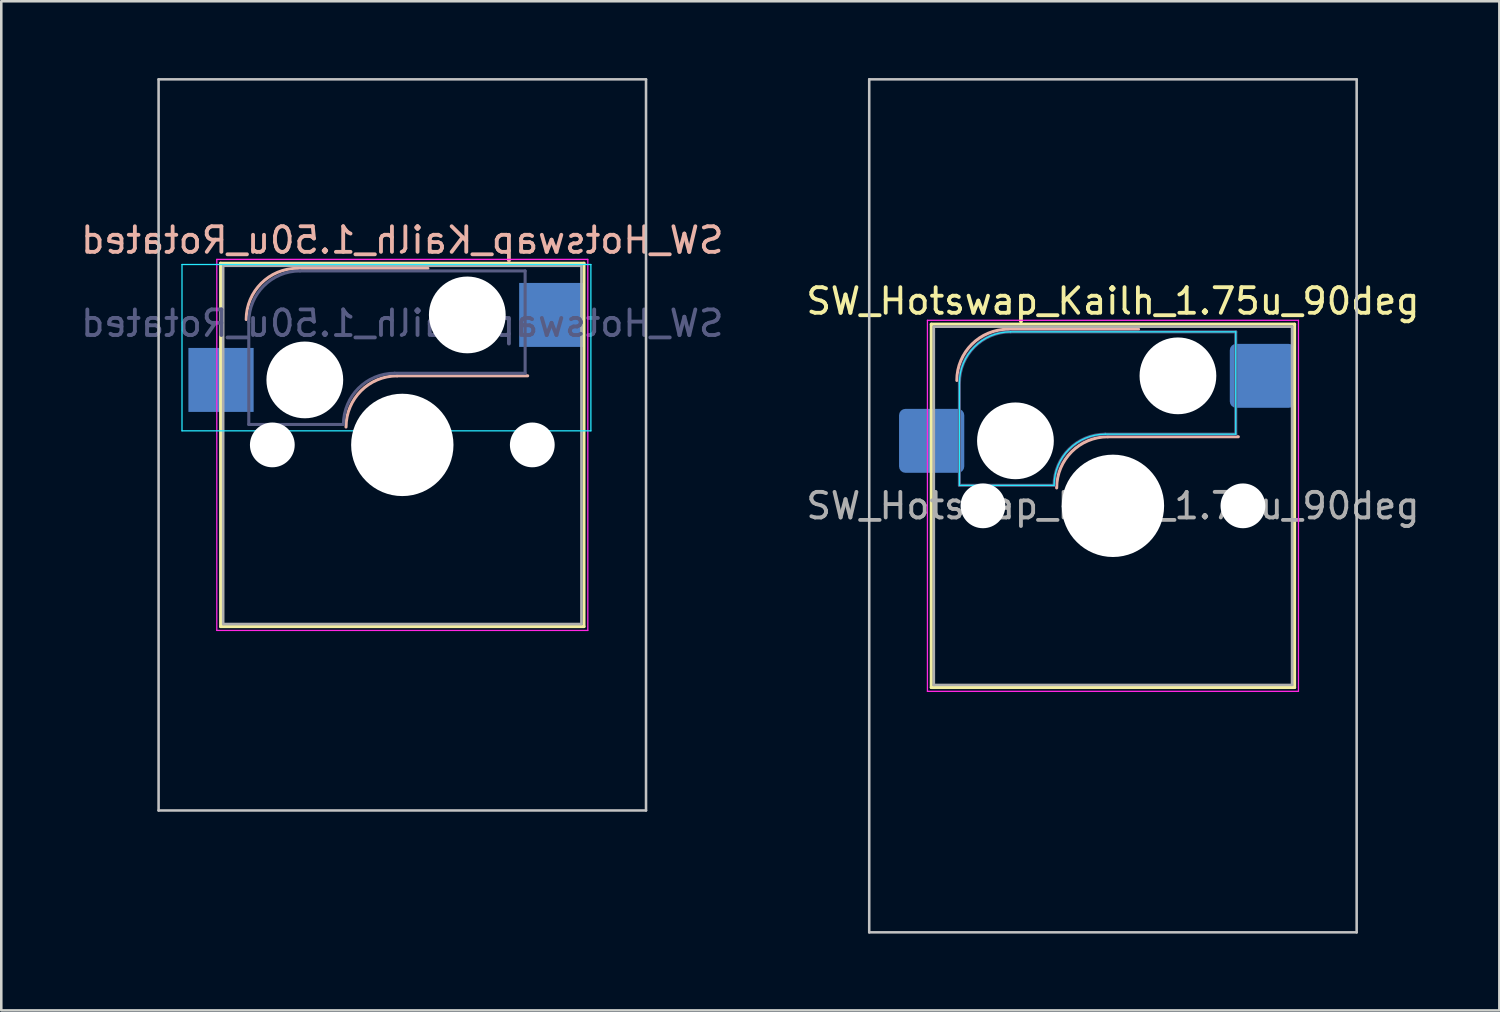
<source format=kicad_pcb>
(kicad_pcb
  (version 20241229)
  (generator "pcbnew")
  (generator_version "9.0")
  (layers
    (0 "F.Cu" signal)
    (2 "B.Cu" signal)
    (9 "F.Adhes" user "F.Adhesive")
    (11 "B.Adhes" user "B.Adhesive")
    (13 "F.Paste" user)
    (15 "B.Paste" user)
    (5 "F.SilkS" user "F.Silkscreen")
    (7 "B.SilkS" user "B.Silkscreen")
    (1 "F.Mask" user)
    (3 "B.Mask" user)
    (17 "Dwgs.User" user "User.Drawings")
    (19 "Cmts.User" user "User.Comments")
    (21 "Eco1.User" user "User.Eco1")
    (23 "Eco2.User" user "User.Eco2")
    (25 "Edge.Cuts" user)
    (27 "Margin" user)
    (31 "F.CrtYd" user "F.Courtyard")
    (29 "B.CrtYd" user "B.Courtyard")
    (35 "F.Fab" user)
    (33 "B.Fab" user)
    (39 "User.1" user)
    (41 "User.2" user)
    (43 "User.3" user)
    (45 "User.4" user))
  (footprint "SW_Hotswap_Kailh_1.50u_Rotated"
    (layer "F.Cu")
    (at 12.673 14.338)
    (property "Reference" "SW_Hotswap_Kailh_1.50u_Rotated" (at 0 -8 0) (layer "B.SilkS") (effects (font (size 1 1) (thickness 0.15)) (justify mirror)))
    (attr smd)
    (fp_line (start -7.1 -7.1) (end -7.1 7.1) (stroke (width 0.12) (type solid)) (layer "F.SilkS"))
    (fp_line (start -7.1 7.1) (end 7.1 7.1) (stroke (width 0.12) (type solid)) (layer "F.SilkS"))
    (fp_line (start 7.1 -7.1) (end -7.1 -7.1) (stroke (width 0.12) (type solid)) (layer "F.SilkS"))
    (fp_line (start 7.1 7.1) (end 7.1 -7.1) (stroke (width 0.12) (type solid)) (layer "F.SilkS"))
    (fp_line (start -4.1 -6.9) (end 1 -6.9) (stroke (width 0.12) (type solid)) (layer "B.SilkS"))
    (fp_line (start -0.2 -2.7) (end 4.9 -2.7) (stroke (width 0.12) (type solid)) (layer "B.SilkS"))
    (fp_arc (start -6.1 -4.9) (mid -5.514214 -6.314214) (end -4.1 -6.9) (stroke (width 0.12) (type solid)) (layer "B.SilkS"))
    (fp_arc (start -2.2 -0.7) (mid -1.614214 -2.114214) (end -0.2 -2.7) (stroke (width 0.12) (type solid)) (layer "B.SilkS"))
    (fp_line (start -9.525 -14.287) (end -9.525 14.287) (stroke (width 0.1) (type solid)) (layer "Dwgs.User"))
    (fp_line (start -9.525 14.287) (end 9.525 14.287) (stroke (width 0.1) (type solid)) (layer "Dwgs.User"))
    (fp_line (start 9.525 -14.287) (end -9.525 -14.287) (stroke (width 0.1) (type solid)) (layer "Dwgs.User"))
    (fp_line (start 9.525 14.287) (end 9.525 -14.287) (stroke (width 0.1) (type solid)) (layer "Dwgs.User"))
    (fp_line (start -8.61 -7.05) (end -8.61 -0.55) (stroke (width 0.05) (type solid)) (layer "B.CrtYd"))
    (fp_line (start -8.61 -0.55) (end 7.37 -0.55) (stroke (width 0.05) (type solid)) (layer "B.CrtYd"))
    (fp_line (start 7.37 -7.05) (end -8.61 -7.05) (stroke (width 0.05) (type solid)) (layer "B.CrtYd"))
    (fp_line (start 7.37 -0.55) (end 7.37 -7.05) (stroke (width 0.05) (type solid)) (layer "B.CrtYd"))
    (fp_line (start -7.25 -7.25) (end -7.25 7.25) (stroke (width 0.05) (type solid)) (layer "F.CrtYd"))
    (fp_line (start -7.25 7.25) (end 7.25 7.25) (stroke (width 0.05) (type solid)) (layer "F.CrtYd"))
    (fp_line (start 7.25 -7.25) (end -7.25 -7.25) (stroke (width 0.05) (type solid)) (layer "F.CrtYd"))
    (fp_line (start 7.25 7.25) (end 7.25 -7.25) (stroke (width 0.05) (type solid)) (layer "F.CrtYd"))
    (fp_line (start -6 -0.8) (end -6 -4.8) (stroke (width 0.12) (type solid)) (layer "B.Fab"))
    (fp_line (start -6 -0.8) (end -2.3 -0.8) (stroke (width 0.12) (type solid)) (layer "B.Fab"))
    (fp_line (start -4 -6.8) (end 4.8 -6.8) (stroke (width 0.12) (type solid)) (layer "B.Fab"))
    (fp_line (start -0.3 -2.8) (end 4.8 -2.8) (stroke (width 0.12) (type solid)) (layer "B.Fab"))
    (fp_line (start 4.8 -6.8) (end 4.8 -2.8) (stroke (width 0.12) (type solid)) (layer "B.Fab"))
    (fp_arc (start -6 -4.8) (mid -5.414214 -6.214214) (end -4 -6.8) (stroke (width 0.12) (type solid)) (layer "B.Fab"))
    (fp_arc (start -2.3 -0.8) (mid -1.714214 -2.214214) (end -0.3 -2.8) (stroke (width 0.12) (type solid)) (layer "B.Fab"))
    (fp_line (start -7 -7) (end -7 7) (stroke (width 0.1) (type solid)) (layer "F.Fab"))
    (fp_line (start -7 7) (end 7 7) (stroke (width 0.1) (type solid)) (layer "F.Fab"))
    (fp_line (start 7 -7) (end -7 -7) (stroke (width 0.1) (type solid)) (layer "F.Fab"))
    (fp_line (start 7 7) (end 7 -7) (stroke (width 0.1) (type solid)) (layer "F.Fab"))
    (fp_text user "${REFERENCE}" (at 0 -4.75 0) (layer "B.Fab") (effects (font (size 1 1) (thickness 0.15)) (justify mirror)))
    (pad "" np_thru_hole circle (at -5.08 0) (size 1.75 1.75) (drill 1.75) (layers "*.Cu" "*.Mask"))
    (pad "" np_thru_hole circle (at -3.81 -2.54) (size 3 3) (drill 3) (layers "*.Cu" "*.Mask"))
    (pad "" np_thru_hole circle (at 0 0) (size 4 4) (drill 4) (layers "*.Cu" "*.Mask"))
    (pad "" np_thru_hole circle (at 2.54 -5.08) (size 3 3) (drill 3) (layers "*.Cu" "*.Mask"))
    (pad "" np_thru_hole circle (at 5.08 0) (size 1.75 1.75) (drill 1.75) (layers "*.Cu" "*.Mask"))
    (pad "1" smd rect (at -7.085 -2.54) (size 2.55 2.5) (layers "B.Cu" "B.Mask" "B.Paste"))
    (pad "2" smd rect (at 5.842 -5.08) (size 2.55 2.5) (layers "B.Cu" "B.Mask" "B.Paste")))
  (footprint "SW_Hotswap_Kailh_1.75u_90deg"
    (layer "F.Cu")
    (at 40.446 16.719)
    (property "Reference" "SW_Hotswap_Kailh_1.75u_90deg" (at 0 -8 0) (layer "F.SilkS") (effects (font (size 1 1) (thickness 0.15))))
    (attr smd)
    (fp_line (start -7.1 -7.1) (end -7.1 7.1) (stroke (width 0.12) (type solid)) (layer "F.SilkS"))
    (fp_line (start -7.1 7.1) (end 7.1 7.1) (stroke (width 0.12) (type solid)) (layer "F.SilkS"))
    (fp_line (start 7.1 -7.1) (end -7.1 -7.1) (stroke (width 0.12) (type solid)) (layer "F.SilkS"))
    (fp_line (start 7.1 7.1) (end 7.1 -7.1) (stroke (width 0.12) (type solid)) (layer "F.SilkS"))
    (fp_line (start -4.1 -6.9) (end 1 -6.9) (stroke (width 0.12) (type solid)) (layer "B.SilkS"))
    (fp_line (start -0.2 -2.7) (end 4.9 -2.7) (stroke (width 0.12) (type solid)) (layer "B.SilkS"))
    (fp_arc (start -6.1 -4.9) (mid -5.514214 -6.314214) (end -4.1 -6.9) (stroke (width 0.12) (type solid)) (layer "B.SilkS"))
    (fp_arc (start -2.2 -0.7) (mid -1.614214 -2.114214) (end -0.2 -2.7) (stroke (width 0.12) (type solid)) (layer "B.SilkS"))
    (fp_line (start -9.525 -16.669) (end 9.525 -16.669) (stroke (width 0.1) (type solid)) (layer "Dwgs.User"))
    (fp_line (start -9.525 16.669) (end -9.525 -16.669) (stroke (width 0.1) (type solid)) (layer "Dwgs.User"))
    (fp_line (start 9.525 -16.669) (end 9.525 16.669) (stroke (width 0.1) (type solid)) (layer "Dwgs.User"))
    (fp_line (start 9.525 16.669) (end -9.525 16.669) (stroke (width 0.1) (type solid)) (layer "Dwgs.User"))
    (fp_line (start -7.8 -6) (end -7 -6) (stroke (width 0.1) (type solid)) (layer "Eco1.User"))
    (fp_line (start -7.8 -2.9) (end -7.8 -6) (stroke (width 0.1) (type solid)) (layer "Eco1.User"))
    (fp_line (start -7.8 2.9) (end -7 2.9) (stroke (width 0.1) (type solid)) (layer "Eco1.User"))
    (fp_line (start -7.8 6) (end -7.8 2.9) (stroke (width 0.1) (type solid)) (layer "Eco1.User"))
    (fp_line (start -7 -7) (end 7 -7) (stroke (width 0.1) (type solid)) (layer "Eco1.User"))
    (fp_line (start -7 -6) (end -7 -7) (stroke (width 0.1) (type solid)) (layer "Eco1.User"))
    (fp_line (start -7 -2.9) (end -7.8 -2.9) (stroke (width 0.1) (type solid)) (layer "Eco1.User"))
    (fp_line (start -7 2.9) (end -7 -2.9) (stroke (width 0.1) (type solid)) (layer "Eco1.User"))
    (fp_line (start -7 6) (end -7.8 6) (stroke (width 0.1) (type solid)) (layer "Eco1.User"))
    (fp_line (start -7 7) (end -7 6) (stroke (width 0.1) (type solid)) (layer "Eco1.User"))
    (fp_line (start 7 -7) (end 7 -6) (stroke (width 0.1) (type solid)) (layer "Eco1.User"))
    (fp_line (start 7 -6) (end 7.8 -6) (stroke (width 0.1) (type solid)) (layer "Eco1.User"))
    (fp_line (start 7 -2.9) (end 7 2.9) (stroke (width 0.1) (type solid)) (layer "Eco1.User"))
    (fp_line (start 7 2.9) (end 7.8 2.9) (stroke (width 0.1) (type solid)) (layer "Eco1.User"))
    (fp_line (start 7 6) (end 7 7) (stroke (width 0.1) (type solid)) (layer "Eco1.User"))
    (fp_line (start 7 7) (end -7 7) (stroke (width 0.1) (type solid)) (layer "Eco1.User"))
    (fp_line (start 7.8 -6) (end 7.8 -2.9) (stroke (width 0.1) (type solid)) (layer "Eco1.User"))
    (fp_line (start 7.8 -2.9) (end 7 -2.9) (stroke (width 0.1) (type solid)) (layer "Eco1.User"))
    (fp_line (start 7.8 2.9) (end 7.8 6) (stroke (width 0.1) (type solid)) (layer "Eco1.User"))
    (fp_line (start 7.8 6) (end 7 6) (stroke (width 0.1) (type solid)) (layer "Eco1.User"))
    (fp_line (start -6 -0.8) (end -6 -4.8) (stroke (width 0.05) (type solid)) (layer "B.CrtYd"))
    (fp_line (start -6 -0.8) (end -2.3 -0.8) (stroke (width 0.05) (type solid)) (layer "B.CrtYd"))
    (fp_line (start -4 -6.8) (end 4.8 -6.8) (stroke (width 0.05) (type solid)) (layer "B.CrtYd"))
    (fp_line (start -0.3 -2.8) (end 4.8 -2.8) (stroke (width 0.05) (type solid)) (layer "B.CrtYd"))
    (fp_line (start 4.8 -6.8) (end 4.8 -2.8) (stroke (width 0.05) (type solid)) (layer "B.CrtYd"))
    (fp_arc (start -6 -4.8) (mid -5.414214 -6.214214) (end -4 -6.8) (stroke (width 0.05) (type solid)) (layer "B.CrtYd"))
    (fp_arc (start -2.3 -0.8) (mid -1.714214 -2.214214) (end -0.3 -2.8) (stroke (width 0.05) (type solid)) (layer "B.CrtYd"))
    (fp_line (start -7.25 -7.25) (end -7.25 7.25) (stroke (width 0.05) (type solid)) (layer "F.CrtYd"))
    (fp_line (start -7.25 7.25) (end 7.25 7.25) (stroke (width 0.05) (type solid)) (layer "F.CrtYd"))
    (fp_line (start 7.25 -7.25) (end -7.25 -7.25) (stroke (width 0.05) (type solid)) (layer "F.CrtYd"))
    (fp_line (start 7.25 7.25) (end 7.25 -7.25) (stroke (width 0.05) (type solid)) (layer "F.CrtYd"))
    (fp_line (start -6 -0.8) (end -6 -4.8) (stroke (width 0.12) (type solid)) (layer "B.Fab"))
    (fp_line (start -6 -0.8) (end -2.3 -0.8) (stroke (width 0.12) (type solid)) (layer "B.Fab"))
    (fp_line (start -4 -6.8) (end 4.8 -6.8) (stroke (width 0.12) (type solid)) (layer "B.Fab"))
    (fp_line (start -0.3 -2.8) (end 4.8 -2.8) (stroke (width 0.12) (type solid)) (layer "B.Fab"))
    (fp_line (start 4.8 -6.8) (end 4.8 -2.8) (stroke (width 0.12) (type solid)) (layer "B.Fab"))
    (fp_arc (start -6 -4.8) (mid -5.414214 -6.214214) (end -4 -6.8) (stroke (width 0.12) (type solid)) (layer "B.Fab"))
    (fp_arc (start -2.3 -0.8) (mid -1.714214 -2.214214) (end -0.3 -2.8) (stroke (width 0.12) (type solid)) (layer "B.Fab"))
    (fp_line (start -7 -7) (end -7 7) (stroke (width 0.1) (type solid)) (layer "F.Fab"))
    (fp_line (start -7 7) (end 7 7) (stroke (width 0.1) (type solid)) (layer "F.Fab"))
    (fp_line (start 7 -7) (end -7 -7) (stroke (width 0.1) (type solid)) (layer "F.Fab"))
    (fp_line (start 7 7) (end 7 -7) (stroke (width 0.1) (type solid)) (layer "F.Fab"))
    (fp_text user "${REFERENCE}" (at 0 0 0) (layer "F.Fab") (effects (font (size 1 1) (thickness 0.15))))
    (pad "" np_thru_hole circle (at -5.08 0) (size 1.75 1.75) (drill 1.75) (layers "*.Cu" "*.Mask"))
    (pad "" np_thru_hole circle (at -3.81 -2.54) (size 3 3) (drill 3) (layers "*.Cu" "*.Mask"))
    (pad "" np_thru_hole circle (at 0 0) (size 4 4) (drill 4) (layers "*.Cu" "*.Mask"))
    (pad "" np_thru_hole circle (at 2.54 -5.08) (size 3 3) (drill 3) (layers "*.Cu" "*.Mask"))
    (pad "" np_thru_hole circle (at 5.08 0) (size 1.75 1.75) (drill 1.75) (layers "*.Cu" "*.Mask"))
    (pad "1" smd roundrect (at -7.085 -2.54) (size 2.55 2.5) (layers "B.Cu" "B.Mask" "B.Paste") (roundrect_rratio 0.1))
    (pad "2" smd roundrect (at 5.842 -5.08) (size 2.55 2.5) (layers "B.Cu" "B.Mask" "B.Paste") (roundrect_rratio 0.1)))
  (gr_rect
    (start -3 -3)
    (end 55.548 36.438)
    (stroke (width 0.1) (type default))
    (fill no)
    (layer "Edge.Cuts")))
</source>
